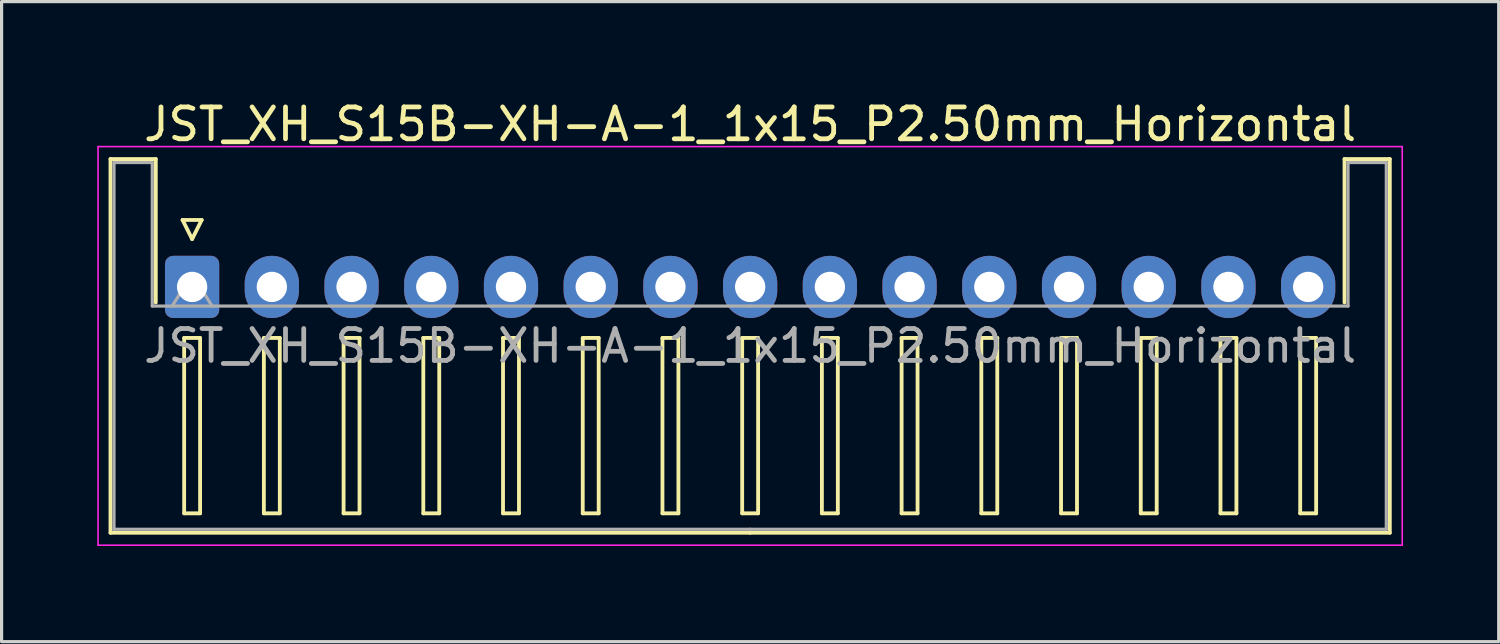
<source format=kicad_pcb>
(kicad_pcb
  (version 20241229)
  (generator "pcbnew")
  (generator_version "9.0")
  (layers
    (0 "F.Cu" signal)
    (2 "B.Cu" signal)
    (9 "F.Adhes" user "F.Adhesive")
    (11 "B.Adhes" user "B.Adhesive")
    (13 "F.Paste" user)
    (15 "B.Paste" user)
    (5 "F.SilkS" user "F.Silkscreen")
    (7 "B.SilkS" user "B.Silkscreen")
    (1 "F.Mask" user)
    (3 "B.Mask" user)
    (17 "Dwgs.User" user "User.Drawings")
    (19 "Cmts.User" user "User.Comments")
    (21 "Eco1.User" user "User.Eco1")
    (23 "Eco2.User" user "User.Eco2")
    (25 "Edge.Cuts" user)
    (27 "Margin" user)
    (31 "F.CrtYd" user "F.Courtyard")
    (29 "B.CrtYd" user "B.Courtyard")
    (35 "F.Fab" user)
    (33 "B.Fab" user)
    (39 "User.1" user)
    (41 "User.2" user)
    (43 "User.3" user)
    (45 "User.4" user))
  (footprint "JST_XH_S15B-XH-A-1_1x15_P2.50mm_Horizontal"
    (layer "F.Cu")
    (at 2.975 5.948)
    (property "Reference" "JST_XH_S15B-XH-A-1_1x15_P2.50mm_Horizontal" (at 17.5 -5.1 0) (layer "F.SilkS") (effects (font (size 1 1) (thickness 0.15))))
    (attr through_hole)
    (fp_line (start -2.56 -4.01) (end -1.14 -4.01) (stroke (width 0.12) (type solid)) (layer "F.SilkS"))
    (fp_line (start -2.56 7.71) (end -2.56 -4.01) (stroke (width 0.12) (type solid)) (layer "F.SilkS"))
    (fp_line (start -1.14 -4.01) (end -1.14 0.49) (stroke (width 0.12) (type solid)) (layer "F.SilkS"))
    (fp_line (start -0.3 -2.1) (end 0.3 -2.1) (stroke (width 0.12) (type solid)) (layer "F.SilkS"))
    (fp_line (start -0.25 1.6) (end -0.25 7.1) (stroke (width 0.12) (type solid)) (layer "F.SilkS"))
    (fp_line (start -0.25 7.1) (end 0.25 7.1) (stroke (width 0.12) (type solid)) (layer "F.SilkS"))
    (fp_line (start 0 -1.5) (end -0.3 -2.1) (stroke (width 0.12) (type solid)) (layer "F.SilkS"))
    (fp_line (start 0.25 1.6) (end -0.25 1.6) (stroke (width 0.12) (type solid)) (layer "F.SilkS"))
    (fp_line (start 0.25 7.1) (end 0.25 1.6) (stroke (width 0.12) (type solid)) (layer "F.SilkS"))
    (fp_line (start 0.3 -2.1) (end 0 -1.5) (stroke (width 0.12) (type solid)) (layer "F.SilkS"))
    (fp_line (start 2.25 1.6) (end 2.25 7.1) (stroke (width 0.12) (type solid)) (layer "F.SilkS"))
    (fp_line (start 2.25 7.1) (end 2.75 7.1) (stroke (width 0.12) (type solid)) (layer "F.SilkS"))
    (fp_line (start 2.75 1.6) (end 2.25 1.6) (stroke (width 0.12) (type solid)) (layer "F.SilkS"))
    (fp_line (start 2.75 7.1) (end 2.75 1.6) (stroke (width 0.12) (type solid)) (layer "F.SilkS"))
    (fp_line (start 4.75 1.6) (end 4.75 7.1) (stroke (width 0.12) (type solid)) (layer "F.SilkS"))
    (fp_line (start 4.75 7.1) (end 5.25 7.1) (stroke (width 0.12) (type solid)) (layer "F.SilkS"))
    (fp_line (start 5.25 1.6) (end 4.75 1.6) (stroke (width 0.12) (type solid)) (layer "F.SilkS"))
    (fp_line (start 5.25 7.1) (end 5.25 1.6) (stroke (width 0.12) (type solid)) (layer "F.SilkS"))
    (fp_line (start 7.25 1.6) (end 7.25 7.1) (stroke (width 0.12) (type solid)) (layer "F.SilkS"))
    (fp_line (start 7.25 7.1) (end 7.75 7.1) (stroke (width 0.12) (type solid)) (layer "F.SilkS"))
    (fp_line (start 7.75 1.6) (end 7.25 1.6) (stroke (width 0.12) (type solid)) (layer "F.SilkS"))
    (fp_line (start 7.75 7.1) (end 7.75 1.6) (stroke (width 0.12) (type solid)) (layer "F.SilkS"))
    (fp_line (start 9.75 1.6) (end 9.75 7.1) (stroke (width 0.12) (type solid)) (layer "F.SilkS"))
    (fp_line (start 9.75 7.1) (end 10.25 7.1) (stroke (width 0.12) (type solid)) (layer "F.SilkS"))
    (fp_line (start 10.25 1.6) (end 9.75 1.6) (stroke (width 0.12) (type solid)) (layer "F.SilkS"))
    (fp_line (start 10.25 7.1) (end 10.25 1.6) (stroke (width 0.12) (type solid)) (layer "F.SilkS"))
    (fp_line (start 12.25 1.6) (end 12.25 7.1) (stroke (width 0.12) (type solid)) (layer "F.SilkS"))
    (fp_line (start 12.25 7.1) (end 12.75 7.1) (stroke (width 0.12) (type solid)) (layer "F.SilkS"))
    (fp_line (start 12.75 1.6) (end 12.25 1.6) (stroke (width 0.12) (type solid)) (layer "F.SilkS"))
    (fp_line (start 12.75 7.1) (end 12.75 1.6) (stroke (width 0.12) (type solid)) (layer "F.SilkS"))
    (fp_line (start 14.75 1.6) (end 14.75 7.1) (stroke (width 0.12) (type solid)) (layer "F.SilkS"))
    (fp_line (start 14.75 7.1) (end 15.25 7.1) (stroke (width 0.12) (type solid)) (layer "F.SilkS"))
    (fp_line (start 15.25 1.6) (end 14.75 1.6) (stroke (width 0.12) (type solid)) (layer "F.SilkS"))
    (fp_line (start 15.25 7.1) (end 15.25 1.6) (stroke (width 0.12) (type solid)) (layer "F.SilkS"))
    (fp_line (start 17.25 1.6) (end 17.25 7.1) (stroke (width 0.12) (type solid)) (layer "F.SilkS"))
    (fp_line (start 17.25 7.1) (end 17.75 7.1) (stroke (width 0.12) (type solid)) (layer "F.SilkS"))
    (fp_line (start 17.5 7.71) (end -2.56 7.71) (stroke (width 0.12) (type solid)) (layer "F.SilkS"))
    (fp_line (start 17.5 7.71) (end 37.56 7.71) (stroke (width 0.12) (type solid)) (layer "F.SilkS"))
    (fp_line (start 17.75 1.6) (end 17.25 1.6) (stroke (width 0.12) (type solid)) (layer "F.SilkS"))
    (fp_line (start 17.75 7.1) (end 17.75 1.6) (stroke (width 0.12) (type solid)) (layer "F.SilkS"))
    (fp_line (start 19.75 1.6) (end 19.75 7.1) (stroke (width 0.12) (type solid)) (layer "F.SilkS"))
    (fp_line (start 19.75 7.1) (end 20.25 7.1) (stroke (width 0.12) (type solid)) (layer "F.SilkS"))
    (fp_line (start 20.25 1.6) (end 19.75 1.6) (stroke (width 0.12) (type solid)) (layer "F.SilkS"))
    (fp_line (start 20.25 7.1) (end 20.25 1.6) (stroke (width 0.12) (type solid)) (layer "F.SilkS"))
    (fp_line (start 22.25 1.6) (end 22.25 7.1) (stroke (width 0.12) (type solid)) (layer "F.SilkS"))
    (fp_line (start 22.25 7.1) (end 22.75 7.1) (stroke (width 0.12) (type solid)) (layer "F.SilkS"))
    (fp_line (start 22.75 1.6) (end 22.25 1.6) (stroke (width 0.12) (type solid)) (layer "F.SilkS"))
    (fp_line (start 22.75 7.1) (end 22.75 1.6) (stroke (width 0.12) (type solid)) (layer "F.SilkS"))
    (fp_line (start 24.75 1.6) (end 24.75 7.1) (stroke (width 0.12) (type solid)) (layer "F.SilkS"))
    (fp_line (start 24.75 7.1) (end 25.25 7.1) (stroke (width 0.12) (type solid)) (layer "F.SilkS"))
    (fp_line (start 25.25 1.6) (end 24.75 1.6) (stroke (width 0.12) (type solid)) (layer "F.SilkS"))
    (fp_line (start 25.25 7.1) (end 25.25 1.6) (stroke (width 0.12) (type solid)) (layer "F.SilkS"))
    (fp_line (start 27.25 1.6) (end 27.25 7.1) (stroke (width 0.12) (type solid)) (layer "F.SilkS"))
    (fp_line (start 27.25 7.1) (end 27.75 7.1) (stroke (width 0.12) (type solid)) (layer "F.SilkS"))
    (fp_line (start 27.75 1.6) (end 27.25 1.6) (stroke (width 0.12) (type solid)) (layer "F.SilkS"))
    (fp_line (start 27.75 7.1) (end 27.75 1.6) (stroke (width 0.12) (type solid)) (layer "F.SilkS"))
    (fp_line (start 29.75 1.6) (end 29.75 7.1) (stroke (width 0.12) (type solid)) (layer "F.SilkS"))
    (fp_line (start 29.75 7.1) (end 30.25 7.1) (stroke (width 0.12) (type solid)) (layer "F.SilkS"))
    (fp_line (start 30.25 1.6) (end 29.75 1.6) (stroke (width 0.12) (type solid)) (layer "F.SilkS"))
    (fp_line (start 30.25 7.1) (end 30.25 1.6) (stroke (width 0.12) (type solid)) (layer "F.SilkS"))
    (fp_line (start 32.25 1.6) (end 32.25 7.1) (stroke (width 0.12) (type solid)) (layer "F.SilkS"))
    (fp_line (start 32.25 7.1) (end 32.75 7.1) (stroke (width 0.12) (type solid)) (layer "F.SilkS"))
    (fp_line (start 32.75 1.6) (end 32.25 1.6) (stroke (width 0.12) (type solid)) (layer "F.SilkS"))
    (fp_line (start 32.75 7.1) (end 32.75 1.6) (stroke (width 0.12) (type solid)) (layer "F.SilkS"))
    (fp_line (start 34.75 1.6) (end 34.75 7.1) (stroke (width 0.12) (type solid)) (layer "F.SilkS"))
    (fp_line (start 34.75 7.1) (end 35.25 7.1) (stroke (width 0.12) (type solid)) (layer "F.SilkS"))
    (fp_line (start 35.25 1.6) (end 34.75 1.6) (stroke (width 0.12) (type solid)) (layer "F.SilkS"))
    (fp_line (start 35.25 7.1) (end 35.25 1.6) (stroke (width 0.12) (type solid)) (layer "F.SilkS"))
    (fp_line (start 36.14 -4.01) (end 36.14 0.49) (stroke (width 0.12) (type solid)) (layer "F.SilkS"))
    (fp_line (start 37.56 -4.01) (end 36.14 -4.01) (stroke (width 0.12) (type solid)) (layer "F.SilkS"))
    (fp_line (start 37.56 7.71) (end 37.56 -4.01) (stroke (width 0.12) (type solid)) (layer "F.SilkS"))
    (fp_line (start -2.95 -4.4) (end -2.95 8.1) (stroke (width 0.05) (type solid)) (layer "F.CrtYd"))
    (fp_line (start -2.95 8.1) (end 37.95 8.1) (stroke (width 0.05) (type solid)) (layer "F.CrtYd"))
    (fp_line (start 37.95 -4.4) (end -2.95 -4.4) (stroke (width 0.05) (type solid)) (layer "F.CrtYd"))
    (fp_line (start 37.95 8.1) (end 37.95 -4.4) (stroke (width 0.05) (type solid)) (layer "F.CrtYd"))
    (fp_line (start -2.45 -3.9) (end -1.25 -3.9) (stroke (width 0.1) (type solid)) (layer "F.Fab"))
    (fp_line (start -2.45 7.6) (end -2.45 -3.9) (stroke (width 0.1) (type solid)) (layer "F.Fab"))
    (fp_line (start -1.25 -3.9) (end -1.25 0.6) (stroke (width 0.1) (type solid)) (layer "F.Fab"))
    (fp_line (start -1.25 0.6) (end 17.5 0.6) (stroke (width 0.1) (type solid)) (layer "F.Fab"))
    (fp_line (start -0.625 0.6) (end 0 -0.4) (stroke (width 0.1) (type solid)) (layer "F.Fab"))
    (fp_line (start 0 -0.4) (end 0.625 0.6) (stroke (width 0.1) (type solid)) (layer "F.Fab"))
    (fp_line (start 17.5 7.6) (end -2.45 7.6) (stroke (width 0.1) (type solid)) (layer "F.Fab"))
    (fp_line (start 17.5 7.6) (end 37.45 7.6) (stroke (width 0.1) (type solid)) (layer "F.Fab"))
    (fp_line (start 36.25 -3.9) (end 36.25 0.6) (stroke (width 0.1) (type solid)) (layer "F.Fab"))
    (fp_line (start 36.25 0.6) (end 17.5 0.6) (stroke (width 0.1) (type solid)) (layer "F.Fab"))
    (fp_line (start 37.45 -3.9) (end 36.25 -3.9) (stroke (width 0.1) (type solid)) (layer "F.Fab"))
    (fp_line (start 37.45 7.6) (end 37.45 -3.9) (stroke (width 0.1) (type solid)) (layer "F.Fab"))
    (fp_text user "${REFERENCE}" (at 17.5 1.85 0) (layer "F.Fab") (effects (font (size 1 1) (thickness 0.15))))
    (pad "1" thru_hole roundrect (at 0 0) (size 1.7 1.95) (drill 0.95) (layers "*.Cu" "*.Mask") (roundrect_rratio 0.147))
    (pad "2" thru_hole oval (at 2.5 0) (size 1.7 1.95) (drill 0.95) (layers "*.Cu" "*.Mask"))
    (pad "3" thru_hole oval (at 5 0) (size 1.7 1.95) (drill 0.95) (layers "*.Cu" "*.Mask"))
    (pad "4" thru_hole oval (at 7.5 0) (size 1.7 1.95) (drill 0.95) (layers "*.Cu" "*.Mask"))
    (pad "5" thru_hole oval (at 10 0) (size 1.7 1.95) (drill 0.95) (layers "*.Cu" "*.Mask"))
    (pad "6" thru_hole oval (at 12.5 0) (size 1.7 1.95) (drill 0.95) (layers "*.Cu" "*.Mask"))
    (pad "7" thru_hole oval (at 15 0) (size 1.7 1.95) (drill 0.95) (layers "*.Cu" "*.Mask"))
    (pad "8" thru_hole oval (at 17.5 0) (size 1.7 1.95) (drill 0.95) (layers "*.Cu" "*.Mask"))
    (pad "9" thru_hole oval (at 20 0) (size 1.7 1.95) (drill 0.95) (layers "*.Cu" "*.Mask"))
    (pad "10" thru_hole oval (at 22.5 0) (size 1.7 1.95) (drill 0.95) (layers "*.Cu" "*.Mask"))
    (pad "11" thru_hole oval (at 25 0) (size 1.7 1.95) (drill 0.95) (layers "*.Cu" "*.Mask"))
    (pad "12" thru_hole oval (at 27.5 0) (size 1.7 1.95) (drill 0.95) (layers "*.Cu" "*.Mask"))
    (pad "13" thru_hole oval (at 30 0) (size 1.7 1.95) (drill 0.95) (layers "*.Cu" "*.Mask"))
    (pad "14" thru_hole oval (at 32.5 0) (size 1.7 1.95) (drill 0.95) (layers "*.Cu" "*.Mask"))
    (pad "15" thru_hole oval (at 35 0) (size 1.7 1.95) (drill 0.95) (layers "*.Cu" "*.Mask")))
  (gr_rect
    (start -3 -3)
    (end 43.95 17.073)
    (stroke (width 0.1) (type default))
    (fill no)
    (layer "Edge.Cuts")))
</source>
